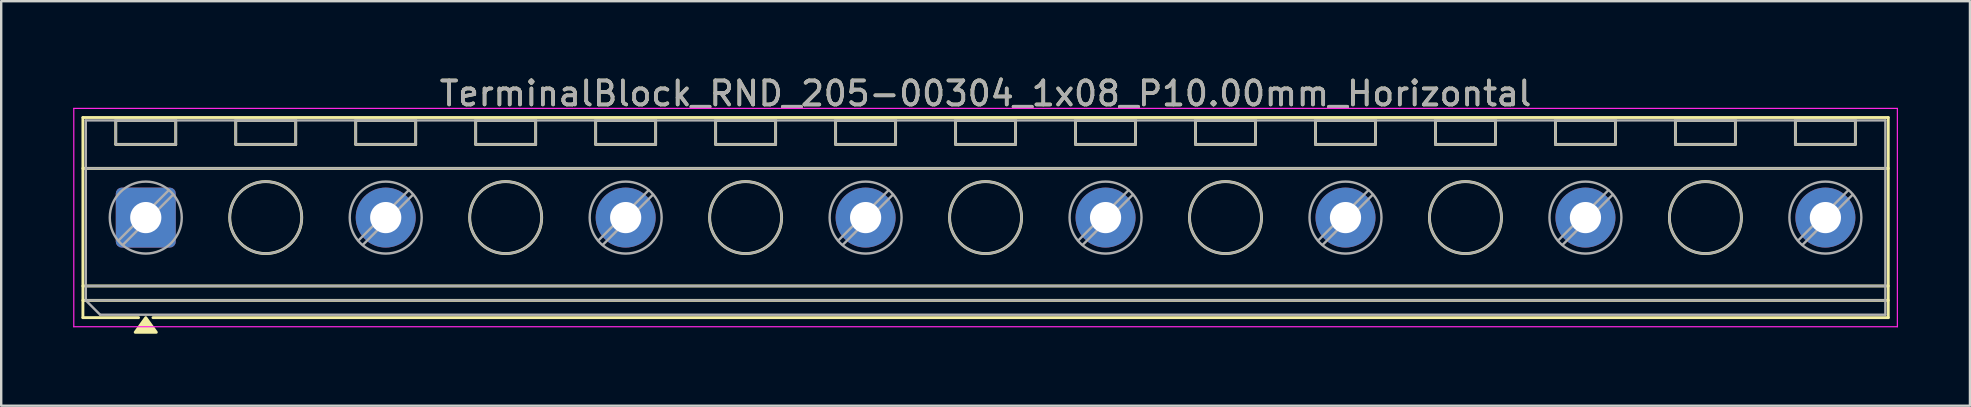
<source format=kicad_pcb>
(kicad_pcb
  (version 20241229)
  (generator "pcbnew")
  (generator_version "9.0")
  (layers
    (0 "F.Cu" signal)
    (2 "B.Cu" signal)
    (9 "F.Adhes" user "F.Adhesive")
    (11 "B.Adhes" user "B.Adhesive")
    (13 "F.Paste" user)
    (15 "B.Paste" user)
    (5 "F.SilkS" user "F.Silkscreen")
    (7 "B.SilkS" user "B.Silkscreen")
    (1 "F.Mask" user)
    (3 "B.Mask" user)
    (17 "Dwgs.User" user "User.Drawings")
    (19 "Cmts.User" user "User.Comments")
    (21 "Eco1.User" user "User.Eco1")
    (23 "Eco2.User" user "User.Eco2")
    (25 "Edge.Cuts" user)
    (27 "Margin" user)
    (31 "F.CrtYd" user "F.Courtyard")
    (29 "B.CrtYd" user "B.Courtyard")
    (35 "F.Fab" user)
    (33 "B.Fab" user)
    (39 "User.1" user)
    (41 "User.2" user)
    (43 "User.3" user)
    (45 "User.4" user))
  (footprint "TerminalBlock_RND_205-00304_1x08_P10.00mm_Horizontal"
    (layer "F.Cu")
    (at 3.025 6.018)
    (property "Reference" "TerminalBlock_RND_205-00304_1x08_P10.00mm_Horizontal" (at 35 -5.17 0) (layer "F.SilkS") (effects (font (size 1 1) (thickness 0.15))))
    (attr through_hole)
    (fp_line (start -2.62 -4.17) (end 72.62 -4.17) (stroke (width 0.12) (type solid)) (layer "F.SilkS"))
    (fp_line (start -2.62 -2.05) (end 72.62 -2.05) (stroke (width 0.12) (type solid)) (layer "F.SilkS"))
    (fp_line (start -2.62 2.85) (end 72.62 2.85) (stroke (width 0.12) (type solid)) (layer "F.SilkS"))
    (fp_line (start -2.62 3.45) (end 72.62 3.45) (stroke (width 0.12) (type solid)) (layer "F.SilkS"))
    (fp_line (start -2.62 4.17) (end -2.62 -4.17) (stroke (width 0.12) (type solid)) (layer "F.SilkS"))
    (fp_line (start -1.25 -4.05) (end 1.25 -4.05) (stroke (width 0.12) (type solid)) (layer "F.SilkS"))
    (fp_line (start -1.25 -3.05) (end -1.25 -4.05) (stroke (width 0.12) (type solid)) (layer "F.SilkS"))
    (fp_line (start -0.3 4.17) (end -2.62 4.17) (stroke (width 0.12) (type solid)) (layer "F.SilkS"))
    (fp_line (start 1.25 -4.05) (end 1.25 -3.05) (stroke (width 0.12) (type solid)) (layer "F.SilkS"))
    (fp_line (start 1.25 -3.05) (end -1.25 -3.05) (stroke (width 0.12) (type solid)) (layer "F.SilkS"))
    (fp_line (start 3.75 -4.05) (end 6.25 -4.05) (stroke (width 0.12) (type solid)) (layer "F.SilkS"))
    (fp_line (start 3.75 -3.05) (end 3.75 -4.05) (stroke (width 0.12) (type solid)) (layer "F.SilkS"))
    (fp_line (start 6.25 -4.05) (end 6.25 -3.05) (stroke (width 0.12) (type solid)) (layer "F.SilkS"))
    (fp_line (start 6.25 -3.05) (end 3.75 -3.05) (stroke (width 0.12) (type solid)) (layer "F.SilkS"))
    (fp_line (start 8.75 -4.05) (end 11.25 -4.05) (stroke (width 0.12) (type solid)) (layer "F.SilkS"))
    (fp_line (start 8.75 -3.05) (end 8.75 -4.05) (stroke (width 0.12) (type solid)) (layer "F.SilkS"))
    (fp_line (start 11.25 -4.05) (end 11.25 -3.05) (stroke (width 0.12) (type solid)) (layer "F.SilkS"))
    (fp_line (start 11.25 -3.05) (end 8.75 -3.05) (stroke (width 0.12) (type solid)) (layer "F.SilkS"))
    (fp_line (start 13.75 -4.05) (end 16.25 -4.05) (stroke (width 0.12) (type solid)) (layer "F.SilkS"))
    (fp_line (start 13.75 -3.05) (end 13.75 -4.05) (stroke (width 0.12) (type solid)) (layer "F.SilkS"))
    (fp_line (start 16.25 -4.05) (end 16.25 -3.05) (stroke (width 0.12) (type solid)) (layer "F.SilkS"))
    (fp_line (start 16.25 -3.05) (end 13.75 -3.05) (stroke (width 0.12) (type solid)) (layer "F.SilkS"))
    (fp_line (start 18.75 -4.05) (end 21.25 -4.05) (stroke (width 0.12) (type solid)) (layer "F.SilkS"))
    (fp_line (start 18.75 -3.05) (end 18.75 -4.05) (stroke (width 0.12) (type solid)) (layer "F.SilkS"))
    (fp_line (start 21.25 -4.05) (end 21.25 -3.05) (stroke (width 0.12) (type solid)) (layer "F.SilkS"))
    (fp_line (start 21.25 -3.05) (end 18.75 -3.05) (stroke (width 0.12) (type solid)) (layer "F.SilkS"))
    (fp_line (start 23.75 -4.05) (end 26.25 -4.05) (stroke (width 0.12) (type solid)) (layer "F.SilkS"))
    (fp_line (start 23.75 -3.05) (end 23.75 -4.05) (stroke (width 0.12) (type solid)) (layer "F.SilkS"))
    (fp_line (start 26.25 -4.05) (end 26.25 -3.05) (stroke (width 0.12) (type solid)) (layer "F.SilkS"))
    (fp_line (start 26.25 -3.05) (end 23.75 -3.05) (stroke (width 0.12) (type solid)) (layer "F.SilkS"))
    (fp_line (start 28.75 -4.05) (end 31.25 -4.05) (stroke (width 0.12) (type solid)) (layer "F.SilkS"))
    (fp_line (start 28.75 -3.05) (end 28.75 -4.05) (stroke (width 0.12) (type solid)) (layer "F.SilkS"))
    (fp_line (start 31.25 -4.05) (end 31.25 -3.05) (stroke (width 0.12) (type solid)) (layer "F.SilkS"))
    (fp_line (start 31.25 -3.05) (end 28.75 -3.05) (stroke (width 0.12) (type solid)) (layer "F.SilkS"))
    (fp_line (start 33.75 -4.05) (end 36.25 -4.05) (stroke (width 0.12) (type solid)) (layer "F.SilkS"))
    (fp_line (start 33.75 -3.05) (end 33.75 -4.05) (stroke (width 0.12) (type solid)) (layer "F.SilkS"))
    (fp_line (start 36.25 -4.05) (end 36.25 -3.05) (stroke (width 0.12) (type solid)) (layer "F.SilkS"))
    (fp_line (start 36.25 -3.05) (end 33.75 -3.05) (stroke (width 0.12) (type solid)) (layer "F.SilkS"))
    (fp_line (start 38.75 -4.05) (end 41.25 -4.05) (stroke (width 0.12) (type solid)) (layer "F.SilkS"))
    (fp_line (start 38.75 -3.05) (end 38.75 -4.05) (stroke (width 0.12) (type solid)) (layer "F.SilkS"))
    (fp_line (start 41.25 -4.05) (end 41.25 -3.05) (stroke (width 0.12) (type solid)) (layer "F.SilkS"))
    (fp_line (start 41.25 -3.05) (end 38.75 -3.05) (stroke (width 0.12) (type solid)) (layer "F.SilkS"))
    (fp_line (start 43.75 -4.05) (end 46.25 -4.05) (stroke (width 0.12) (type solid)) (layer "F.SilkS"))
    (fp_line (start 43.75 -3.05) (end 43.75 -4.05) (stroke (width 0.12) (type solid)) (layer "F.SilkS"))
    (fp_line (start 46.25 -4.05) (end 46.25 -3.05) (stroke (width 0.12) (type solid)) (layer "F.SilkS"))
    (fp_line (start 46.25 -3.05) (end 43.75 -3.05) (stroke (width 0.12) (type solid)) (layer "F.SilkS"))
    (fp_line (start 48.75 -4.05) (end 51.25 -4.05) (stroke (width 0.12) (type solid)) (layer "F.SilkS"))
    (fp_line (start 48.75 -3.05) (end 48.75 -4.05) (stroke (width 0.12) (type solid)) (layer "F.SilkS"))
    (fp_line (start 51.25 -4.05) (end 51.25 -3.05) (stroke (width 0.12) (type solid)) (layer "F.SilkS"))
    (fp_line (start 51.25 -3.05) (end 48.75 -3.05) (stroke (width 0.12) (type solid)) (layer "F.SilkS"))
    (fp_line (start 53.75 -4.05) (end 56.25 -4.05) (stroke (width 0.12) (type solid)) (layer "F.SilkS"))
    (fp_line (start 53.75 -3.05) (end 53.75 -4.05) (stroke (width 0.12) (type solid)) (layer "F.SilkS"))
    (fp_line (start 56.25 -4.05) (end 56.25 -3.05) (stroke (width 0.12) (type solid)) (layer "F.SilkS"))
    (fp_line (start 56.25 -3.05) (end 53.75 -3.05) (stroke (width 0.12) (type solid)) (layer "F.SilkS"))
    (fp_line (start 58.75 -4.05) (end 61.25 -4.05) (stroke (width 0.12) (type solid)) (layer "F.SilkS"))
    (fp_line (start 58.75 -3.05) (end 58.75 -4.05) (stroke (width 0.12) (type solid)) (layer "F.SilkS"))
    (fp_line (start 61.25 -4.05) (end 61.25 -3.05) (stroke (width 0.12) (type solid)) (layer "F.SilkS"))
    (fp_line (start 61.25 -3.05) (end 58.75 -3.05) (stroke (width 0.12) (type solid)) (layer "F.SilkS"))
    (fp_line (start 63.75 -4.05) (end 66.25 -4.05) (stroke (width 0.12) (type solid)) (layer "F.SilkS"))
    (fp_line (start 63.75 -3.05) (end 63.75 -4.05) (stroke (width 0.12) (type solid)) (layer "F.SilkS"))
    (fp_line (start 66.25 -4.05) (end 66.25 -3.05) (stroke (width 0.12) (type solid)) (layer "F.SilkS"))
    (fp_line (start 66.25 -3.05) (end 63.75 -3.05) (stroke (width 0.12) (type solid)) (layer "F.SilkS"))
    (fp_line (start 68.75 -4.05) (end 71.25 -4.05) (stroke (width 0.12) (type solid)) (layer "F.SilkS"))
    (fp_line (start 68.75 -3.05) (end 68.75 -4.05) (stroke (width 0.12) (type solid)) (layer "F.SilkS"))
    (fp_line (start 71.25 -4.05) (end 71.25 -3.05) (stroke (width 0.12) (type solid)) (layer "F.SilkS"))
    (fp_line (start 71.25 -3.05) (end 68.75 -3.05) (stroke (width 0.12) (type solid)) (layer "F.SilkS"))
    (fp_line (start 72.62 -4.17) (end 72.62 4.17) (stroke (width 0.12) (type solid)) (layer "F.SilkS"))
    (fp_line (start 72.62 4.17) (end 0.3 4.17) (stroke (width 0.12) (type solid)) (layer "F.SilkS"))
    (fp_circle (center 5 0) (end 6.5 0) (stroke (width 0.12) (type solid)) (fill no) (layer "F.SilkS"))
    (fp_circle (center 15 0) (end 16.5 0) (stroke (width 0.12) (type solid)) (fill no) (layer "F.SilkS"))
    (fp_circle (center 25 0) (end 26.5 0) (stroke (width 0.12) (type solid)) (fill no) (layer "F.SilkS"))
    (fp_circle (center 35 0) (end 36.5 0) (stroke (width 0.12) (type solid)) (fill no) (layer "F.SilkS"))
    (fp_circle (center 45 0) (end 46.5 0) (stroke (width 0.12) (type solid)) (fill no) (layer "F.SilkS"))
    (fp_circle (center 55 0) (end 56.5 0) (stroke (width 0.12) (type solid)) (fill no) (layer "F.SilkS"))
    (fp_circle (center 65 0) (end 66.5 0) (stroke (width 0.12) (type solid)) (fill no) (layer "F.SilkS"))
    (fp_poly (pts (xy 0 4.17) (xy 0.44 4.78) (xy -0.44 4.78)) (stroke (width 0.12) (type solid)) (fill yes) (layer "F.SilkS"))
    (fp_line (start -3 -4.55) (end -3 4.55) (stroke (width 0.05) (type solid)) (layer "F.CrtYd"))
    (fp_line (start -3 4.55) (end 73 4.55) (stroke (width 0.05) (type solid)) (layer "F.CrtYd"))
    (fp_line (start 73 -4.55) (end -3 -4.55) (stroke (width 0.05) (type solid)) (layer "F.CrtYd"))
    (fp_line (start 73 4.55) (end 73 -4.55) (stroke (width 0.05) (type solid)) (layer "F.CrtYd"))
    (fp_line (start -2.5 -4.05) (end 72.5 -4.05) (stroke (width 0.1) (type solid)) (layer "F.Fab"))
    (fp_line (start -2.5 -2.05) (end 72.5 -2.05) (stroke (width 0.1) (type solid)) (layer "F.Fab"))
    (fp_line (start -2.5 2.85) (end 72.5 2.85) (stroke (width 0.1) (type solid)) (layer "F.Fab"))
    (fp_line (start -2.5 3.45) (end -2.5 -4.05) (stroke (width 0.1) (type solid)) (layer "F.Fab"))
    (fp_line (start -2.5 3.45) (end 72.5 3.45) (stroke (width 0.1) (type solid)) (layer "F.Fab"))
    (fp_line (start -1.9 4.05) (end -2.5 3.45) (stroke (width 0.1) (type solid)) (layer "F.Fab"))
    (fp_line (start -1.25 -4.05) (end -1.25 -3.05) (stroke (width 0.1) (type solid)) (layer "F.Fab"))
    (fp_line (start -1.25 -3.05) (end 1.25 -3.05) (stroke (width 0.1) (type solid)) (layer "F.Fab"))
    (fp_line (start 0.955 -1.138) (end -1.138 0.955) (stroke (width 0.1) (type solid)) (layer "F.Fab"))
    (fp_line (start 1.138 -0.955) (end -0.955 1.138) (stroke (width 0.1) (type solid)) (layer "F.Fab"))
    (fp_line (start 1.25 -4.05) (end -1.25 -4.05) (stroke (width 0.1) (type solid)) (layer "F.Fab"))
    (fp_line (start 1.25 -3.05) (end 1.25 -4.05) (stroke (width 0.1) (type solid)) (layer "F.Fab"))
    (fp_line (start 3.75 -4.05) (end 3.75 -3.05) (stroke (width 0.1) (type solid)) (layer "F.Fab"))
    (fp_line (start 3.75 -3.05) (end 6.25 -3.05) (stroke (width 0.1) (type solid)) (layer "F.Fab"))
    (fp_line (start 6.25 -4.05) (end 3.75 -4.05) (stroke (width 0.1) (type solid)) (layer "F.Fab"))
    (fp_line (start 6.25 -3.05) (end 6.25 -4.05) (stroke (width 0.1) (type solid)) (layer "F.Fab"))
    (fp_line (start 8.75 -4.05) (end 8.75 -3.05) (stroke (width 0.1) (type solid)) (layer "F.Fab"))
    (fp_line (start 8.75 -3.05) (end 11.25 -3.05) (stroke (width 0.1) (type solid)) (layer "F.Fab"))
    (fp_line (start 10.955 -1.138) (end 8.862 0.955) (stroke (width 0.1) (type solid)) (layer "F.Fab"))
    (fp_line (start 11.138 -0.955) (end 9.045 1.138) (stroke (width 0.1) (type solid)) (layer "F.Fab"))
    (fp_line (start 11.25 -4.05) (end 8.75 -4.05) (stroke (width 0.1) (type solid)) (layer "F.Fab"))
    (fp_line (start 11.25 -3.05) (end 11.25 -4.05) (stroke (width 0.1) (type solid)) (layer "F.Fab"))
    (fp_line (start 13.75 -4.05) (end 13.75 -3.05) (stroke (width 0.1) (type solid)) (layer "F.Fab"))
    (fp_line (start 13.75 -3.05) (end 16.25 -3.05) (stroke (width 0.1) (type solid)) (layer "F.Fab"))
    (fp_line (start 16.25 -4.05) (end 13.75 -4.05) (stroke (width 0.1) (type solid)) (layer "F.Fab"))
    (fp_line (start 16.25 -3.05) (end 16.25 -4.05) (stroke (width 0.1) (type solid)) (layer "F.Fab"))
    (fp_line (start 18.75 -4.05) (end 18.75 -3.05) (stroke (width 0.1) (type solid)) (layer "F.Fab"))
    (fp_line (start 18.75 -3.05) (end 21.25 -3.05) (stroke (width 0.1) (type solid)) (layer "F.Fab"))
    (fp_line (start 20.955 -1.138) (end 18.862 0.955) (stroke (width 0.1) (type solid)) (layer "F.Fab"))
    (fp_line (start 21.138 -0.955) (end 19.045 1.138) (stroke (width 0.1) (type solid)) (layer "F.Fab"))
    (fp_line (start 21.25 -4.05) (end 18.75 -4.05) (stroke (width 0.1) (type solid)) (layer "F.Fab"))
    (fp_line (start 21.25 -3.05) (end 21.25 -4.05) (stroke (width 0.1) (type solid)) (layer "F.Fab"))
    (fp_line (start 23.75 -4.05) (end 23.75 -3.05) (stroke (width 0.1) (type solid)) (layer "F.Fab"))
    (fp_line (start 23.75 -3.05) (end 26.25 -3.05) (stroke (width 0.1) (type solid)) (layer "F.Fab"))
    (fp_line (start 26.25 -4.05) (end 23.75 -4.05) (stroke (width 0.1) (type solid)) (layer "F.Fab"))
    (fp_line (start 26.25 -3.05) (end 26.25 -4.05) (stroke (width 0.1) (type solid)) (layer "F.Fab"))
    (fp_line (start 28.75 -4.05) (end 28.75 -3.05) (stroke (width 0.1) (type solid)) (layer "F.Fab"))
    (fp_line (start 28.75 -3.05) (end 31.25 -3.05) (stroke (width 0.1) (type solid)) (layer "F.Fab"))
    (fp_line (start 30.955 -1.138) (end 28.862 0.955) (stroke (width 0.1) (type solid)) (layer "F.Fab"))
    (fp_line (start 31.138 -0.955) (end 29.045 1.138) (stroke (width 0.1) (type solid)) (layer "F.Fab"))
    (fp_line (start 31.25 -4.05) (end 28.75 -4.05) (stroke (width 0.1) (type solid)) (layer "F.Fab"))
    (fp_line (start 31.25 -3.05) (end 31.25 -4.05) (stroke (width 0.1) (type solid)) (layer "F.Fab"))
    (fp_line (start 33.75 -4.05) (end 33.75 -3.05) (stroke (width 0.1) (type solid)) (layer "F.Fab"))
    (fp_line (start 33.75 -3.05) (end 36.25 -3.05) (stroke (width 0.1) (type solid)) (layer "F.Fab"))
    (fp_line (start 36.25 -4.05) (end 33.75 -4.05) (stroke (width 0.1) (type solid)) (layer "F.Fab"))
    (fp_line (start 36.25 -3.05) (end 36.25 -4.05) (stroke (width 0.1) (type solid)) (layer "F.Fab"))
    (fp_line (start 38.75 -4.05) (end 38.75 -3.05) (stroke (width 0.1) (type solid)) (layer "F.Fab"))
    (fp_line (start 38.75 -3.05) (end 41.25 -3.05) (stroke (width 0.1) (type solid)) (layer "F.Fab"))
    (fp_line (start 40.955 -1.138) (end 38.862 0.955) (stroke (width 0.1) (type solid)) (layer "F.Fab"))
    (fp_line (start 41.138 -0.955) (end 39.045 1.138) (stroke (width 0.1) (type solid)) (layer "F.Fab"))
    (fp_line (start 41.25 -4.05) (end 38.75 -4.05) (stroke (width 0.1) (type solid)) (layer "F.Fab"))
    (fp_line (start 41.25 -3.05) (end 41.25 -4.05) (stroke (width 0.1) (type solid)) (layer "F.Fab"))
    (fp_line (start 43.75 -4.05) (end 43.75 -3.05) (stroke (width 0.1) (type solid)) (layer "F.Fab"))
    (fp_line (start 43.75 -3.05) (end 46.25 -3.05) (stroke (width 0.1) (type solid)) (layer "F.Fab"))
    (fp_line (start 46.25 -4.05) (end 43.75 -4.05) (stroke (width 0.1) (type solid)) (layer "F.Fab"))
    (fp_line (start 46.25 -3.05) (end 46.25 -4.05) (stroke (width 0.1) (type solid)) (layer "F.Fab"))
    (fp_line (start 48.75 -4.05) (end 48.75 -3.05) (stroke (width 0.1) (type solid)) (layer "F.Fab"))
    (fp_line (start 48.75 -3.05) (end 51.25 -3.05) (stroke (width 0.1) (type solid)) (layer "F.Fab"))
    (fp_line (start 50.955 -1.138) (end 48.862 0.955) (stroke (width 0.1) (type solid)) (layer "F.Fab"))
    (fp_line (start 51.138 -0.955) (end 49.045 1.138) (stroke (width 0.1) (type solid)) (layer "F.Fab"))
    (fp_line (start 51.25 -4.05) (end 48.75 -4.05) (stroke (width 0.1) (type solid)) (layer "F.Fab"))
    (fp_line (start 51.25 -3.05) (end 51.25 -4.05) (stroke (width 0.1) (type solid)) (layer "F.Fab"))
    (fp_line (start 53.75 -4.05) (end 53.75 -3.05) (stroke (width 0.1) (type solid)) (layer "F.Fab"))
    (fp_line (start 53.75 -3.05) (end 56.25 -3.05) (stroke (width 0.1) (type solid)) (layer "F.Fab"))
    (fp_line (start 56.25 -4.05) (end 53.75 -4.05) (stroke (width 0.1) (type solid)) (layer "F.Fab"))
    (fp_line (start 56.25 -3.05) (end 56.25 -4.05) (stroke (width 0.1) (type solid)) (layer "F.Fab"))
    (fp_line (start 58.75 -4.05) (end 58.75 -3.05) (stroke (width 0.1) (type solid)) (layer "F.Fab"))
    (fp_line (start 58.75 -3.05) (end 61.25 -3.05) (stroke (width 0.1) (type solid)) (layer "F.Fab"))
    (fp_line (start 60.955 -1.138) (end 58.862 0.955) (stroke (width 0.1) (type solid)) (layer "F.Fab"))
    (fp_line (start 61.138 -0.955) (end 59.045 1.138) (stroke (width 0.1) (type solid)) (layer "F.Fab"))
    (fp_line (start 61.25 -4.05) (end 58.75 -4.05) (stroke (width 0.1) (type solid)) (layer "F.Fab"))
    (fp_line (start 61.25 -3.05) (end 61.25 -4.05) (stroke (width 0.1) (type solid)) (layer "F.Fab"))
    (fp_line (start 63.75 -4.05) (end 63.75 -3.05) (stroke (width 0.1) (type solid)) (layer "F.Fab"))
    (fp_line (start 63.75 -3.05) (end 66.25 -3.05) (stroke (width 0.1) (type solid)) (layer "F.Fab"))
    (fp_line (start 66.25 -4.05) (end 63.75 -4.05) (stroke (width 0.1) (type solid)) (layer "F.Fab"))
    (fp_line (start 66.25 -3.05) (end 66.25 -4.05) (stroke (width 0.1) (type solid)) (layer "F.Fab"))
    (fp_line (start 68.75 -4.05) (end 68.75 -3.05) (stroke (width 0.1) (type solid)) (layer "F.Fab"))
    (fp_line (start 68.75 -3.05) (end 71.25 -3.05) (stroke (width 0.1) (type solid)) (layer "F.Fab"))
    (fp_line (start 70.955 -1.138) (end 68.862 0.955) (stroke (width 0.1) (type solid)) (layer "F.Fab"))
    (fp_line (start 71.138 -0.955) (end 69.045 1.138) (stroke (width 0.1) (type solid)) (layer "F.Fab"))
    (fp_line (start 71.25 -4.05) (end 68.75 -4.05) (stroke (width 0.1) (type solid)) (layer "F.Fab"))
    (fp_line (start 71.25 -3.05) (end 71.25 -4.05) (stroke (width 0.1) (type solid)) (layer "F.Fab"))
    (fp_line (start 72.5 -4.05) (end 72.5 4.05) (stroke (width 0.1) (type solid)) (layer "F.Fab"))
    (fp_line (start 72.5 4.05) (end -1.9 4.05) (stroke (width 0.1) (type solid)) (layer "F.Fab"))
    (fp_circle (center 0 0) (end 1.5 0) (stroke (width 0.1) (type solid)) (fill no) (layer "F.Fab"))
    (fp_circle (center 5 0) (end 6.5 0) (stroke (width 0.1) (type solid)) (fill no) (layer "F.Fab"))
    (fp_circle (center 10 0) (end 11.5 0) (stroke (width 0.1) (type solid)) (fill no) (layer "F.Fab"))
    (fp_circle (center 15 0) (end 16.5 0) (stroke (width 0.1) (type solid)) (fill no) (layer "F.Fab"))
    (fp_circle (center 20 0) (end 21.5 0) (stroke (width 0.1) (type solid)) (fill no) (layer "F.Fab"))
    (fp_circle (center 25 0) (end 26.5 0) (stroke (width 0.1) (type solid)) (fill no) (layer "F.Fab"))
    (fp_circle (center 30 0) (end 31.5 0) (stroke (width 0.1) (type solid)) (fill no) (layer "F.Fab"))
    (fp_circle (center 35 0) (end 36.5 0) (stroke (width 0.1) (type solid)) (fill no) (layer "F.Fab"))
    (fp_circle (center 40 0) (end 41.5 0) (stroke (width 0.1) (type solid)) (fill no) (layer "F.Fab"))
    (fp_circle (center 45 0) (end 46.5 0) (stroke (width 0.1) (type solid)) (fill no) (layer "F.Fab"))
    (fp_circle (center 50 0) (end 51.5 0) (stroke (width 0.1) (type solid)) (fill no) (layer "F.Fab"))
    (fp_circle (center 55 0) (end 56.5 0) (stroke (width 0.1) (type solid)) (fill no) (layer "F.Fab"))
    (fp_circle (center 60 0) (end 61.5 0) (stroke (width 0.1) (type solid)) (fill no) (layer "F.Fab"))
    (fp_circle (center 65 0) (end 66.5 0) (stroke (width 0.1) (type solid)) (fill no) (layer "F.Fab"))
    (fp_circle (center 70 0) (end 71.5 0) (stroke (width 0.1) (type solid)) (fill no) (layer "F.Fab"))
    (fp_text user "${REFERENCE}" (at 35 -5.17 0) (layer "F.Fab") (effects (font (size 1 1) (thickness 0.15))))
    (pad "1" thru_hole roundrect (at 0 0) (size 2.5 2.5) (drill 1.3) (layers "*.Cu" "*.Mask") (roundrect_rratio 0.1))
    (pad "2" thru_hole circle (at 10 0) (size 2.5 2.5) (drill 1.3) (layers "*.Cu" "*.Mask"))
    (pad "3" thru_hole circle (at 20 0) (size 2.5 2.5) (drill 1.3) (layers "*.Cu" "*.Mask"))
    (pad "4" thru_hole circle (at 30 0) (size 2.5 2.5) (drill 1.3) (layers "*.Cu" "*.Mask"))
    (pad "5" thru_hole circle (at 40 0) (size 2.5 2.5) (drill 1.3) (layers "*.Cu" "*.Mask"))
    (pad "6" thru_hole circle (at 50 0) (size 2.5 2.5) (drill 1.3) (layers "*.Cu" "*.Mask"))
    (pad "7" thru_hole circle (at 60 0) (size 2.5 2.5) (drill 1.3) (layers "*.Cu" "*.Mask"))
    (pad "8" thru_hole circle (at 70 0) (size 2.5 2.5) (drill 1.3) (layers "*.Cu" "*.Mask")))
  (gr_rect
    (start -3 -3)
    (end 79.05 13.858)
    (stroke (width 0.1) (type default))
    (fill no)
    (layer "Edge.Cuts")))
</source>
